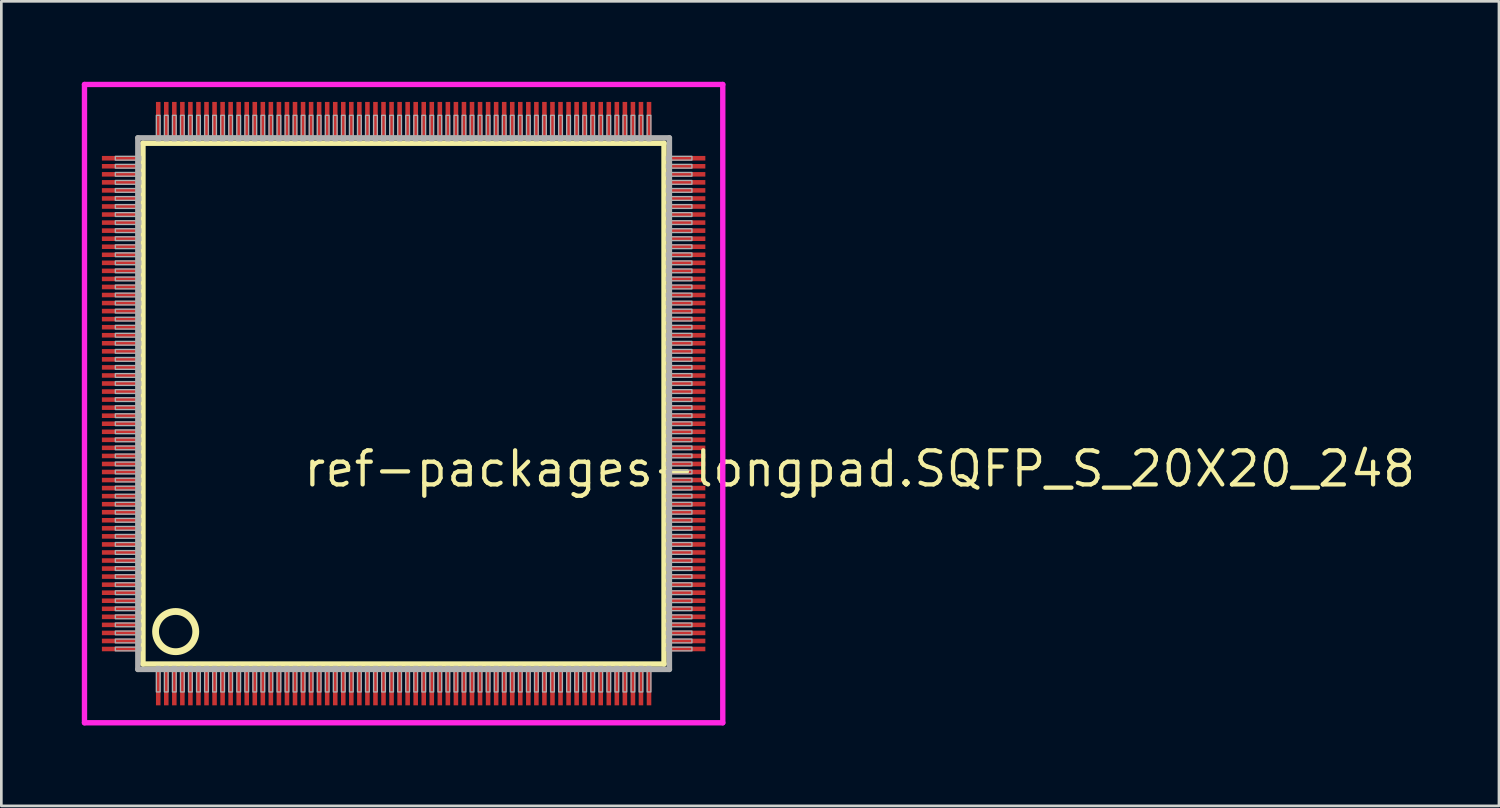
<source format=kicad_pcb>
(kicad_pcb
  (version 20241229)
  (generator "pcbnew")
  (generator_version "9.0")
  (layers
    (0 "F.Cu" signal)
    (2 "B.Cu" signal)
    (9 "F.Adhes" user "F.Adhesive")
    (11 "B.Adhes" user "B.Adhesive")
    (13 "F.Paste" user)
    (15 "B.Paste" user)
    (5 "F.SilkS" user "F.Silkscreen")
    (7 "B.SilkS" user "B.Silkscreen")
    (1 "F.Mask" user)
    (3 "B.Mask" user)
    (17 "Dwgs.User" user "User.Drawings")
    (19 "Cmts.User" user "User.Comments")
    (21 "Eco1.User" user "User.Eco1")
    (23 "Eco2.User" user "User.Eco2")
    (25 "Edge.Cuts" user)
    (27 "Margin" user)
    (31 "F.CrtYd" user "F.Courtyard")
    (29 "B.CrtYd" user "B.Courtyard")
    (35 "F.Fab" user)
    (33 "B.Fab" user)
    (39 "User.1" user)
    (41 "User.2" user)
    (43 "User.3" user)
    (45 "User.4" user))
  (footprint "ref-packages-longpad.SQFP_S_20X20_248"
    (layer "F.Cu")
    (at 12 12)
    (property "Reference" "ref-packages-longpad.SQFP_S_20X20_248" (at -3.81 3.175 0) (layer "F.SilkS") (effects (font (size 1.27 1.27) (thickness 0.16)) (justify left bottom)))
    (attr smd)
    (fp_line (start -9.72 -9.71) (end 9.71 -9.71) (stroke (width 0.203) (type default)) (layer "F.SilkS"))
    (fp_line (start -9.72 9.71) (end -9.72 -9.71) (stroke (width 0.203) (type default)) (layer "F.SilkS"))
    (fp_line (start 9.71 9.71) (end -9.72 9.71) (stroke (width 0.203) (type default)) (layer "F.SilkS"))
    (fp_line (start 9.71 -9.71) (end 9.71 9.71) (stroke (width 0.203) (type default)) (layer "F.SilkS"))
    (fp_circle (center -8.5 8.5) (end -7.75 8.5) (stroke (width 0.254) (type default)) (fill no) (layer "F.SilkS"))
    (fp_line (start -11.9 -11.9) (end 11.9 -11.9) (stroke (width 0.2) (type default)) (layer "F.CrtYd"))
    (fp_line (start -11.9 11.9) (end -11.9 -11.9) (stroke (width 0.2) (type default)) (layer "F.CrtYd"))
    (fp_line (start 11.9 -11.9) (end 11.9 11.9) (stroke (width 0.2) (type default)) (layer "F.CrtYd"))
    (fp_line (start 11.9 11.9) (end -11.9 11.9) (stroke (width 0.2) (type default)) (layer "F.CrtYd"))
    (fp_line (start -9.91 -9.91) (end -9.91 9.91) (stroke (width 0.203) (type default)) (layer "F.Fab"))
    (fp_line (start -9.91 9.91) (end 9.91 9.91) (stroke (width 0.203) (type default)) (layer "F.Fab"))
    (fp_line (start 9.91 -9.91) (end -9.91 -9.91) (stroke (width 0.203) (type default)) (layer "F.Fab"))
    (fp_line (start 9.91 9.91) (end 9.91 -9.91) (stroke (width 0.203) (type default)) (layer "F.Fab"))
    (fp_rect (start -10.75 -9.08) (end -9.8 -9.22) (stroke (width 0.05) (type default)) (fill no) (layer "F.Fab"))
    (fp_rect (start -10.75 -8.78) (end -9.8 -8.92) (stroke (width 0.05) (type default)) (fill no) (layer "F.Fab"))
    (fp_rect (start -10.75 -8.48) (end -9.8 -8.62) (stroke (width 0.05) (type default)) (fill no) (layer "F.Fab"))
    (fp_rect (start -10.75 -8.18) (end -9.8 -8.32) (stroke (width 0.05) (type default)) (fill no) (layer "F.Fab"))
    (fp_rect (start -10.75 -7.88) (end -9.8 -8.02) (stroke (width 0.05) (type default)) (fill no) (layer "F.Fab"))
    (fp_rect (start -10.75 -7.58) (end -9.8 -7.72) (stroke (width 0.05) (type default)) (fill no) (layer "F.Fab"))
    (fp_rect (start -10.75 -7.28) (end -9.8 -7.42) (stroke (width 0.05) (type default)) (fill no) (layer "F.Fab"))
    (fp_rect (start -10.75 -6.98) (end -9.8 -7.12) (stroke (width 0.05) (type default)) (fill no) (layer "F.Fab"))
    (fp_rect (start -10.75 -6.68) (end -9.8 -6.82) (stroke (width 0.05) (type default)) (fill no) (layer "F.Fab"))
    (fp_rect (start -10.75 -6.38) (end -9.8 -6.52) (stroke (width 0.05) (type default)) (fill no) (layer "F.Fab"))
    (fp_rect (start -10.75 -6.08) (end -9.8 -6.22) (stroke (width 0.05) (type default)) (fill no) (layer "F.Fab"))
    (fp_rect (start -10.75 -5.78) (end -9.8 -5.92) (stroke (width 0.05) (type default)) (fill no) (layer "F.Fab"))
    (fp_rect (start -10.75 -5.48) (end -9.8 -5.62) (stroke (width 0.05) (type default)) (fill no) (layer "F.Fab"))
    (fp_rect (start -10.75 -5.18) (end -9.8 -5.32) (stroke (width 0.05) (type default)) (fill no) (layer "F.Fab"))
    (fp_rect (start -10.75 -4.88) (end -9.8 -5.02) (stroke (width 0.05) (type default)) (fill no) (layer "F.Fab"))
    (fp_rect (start -10.75 -4.58) (end -9.8 -4.72) (stroke (width 0.05) (type default)) (fill no) (layer "F.Fab"))
    (fp_rect (start -10.75 -4.28) (end -9.8 -4.42) (stroke (width 0.05) (type default)) (fill no) (layer "F.Fab"))
    (fp_rect (start -10.75 -3.98) (end -9.8 -4.12) (stroke (width 0.05) (type default)) (fill no) (layer "F.Fab"))
    (fp_rect (start -10.75 -3.68) (end -9.8 -3.82) (stroke (width 0.05) (type default)) (fill no) (layer "F.Fab"))
    (fp_rect (start -10.75 -3.38) (end -9.8 -3.52) (stroke (width 0.05) (type default)) (fill no) (layer "F.Fab"))
    (fp_rect (start -10.75 -3.08) (end -9.8 -3.22) (stroke (width 0.05) (type default)) (fill no) (layer "F.Fab"))
    (fp_rect (start -10.75 -2.78) (end -9.8 -2.92) (stroke (width 0.05) (type default)) (fill no) (layer "F.Fab"))
    (fp_rect (start -10.75 -2.48) (end -9.8 -2.62) (stroke (width 0.05) (type default)) (fill no) (layer "F.Fab"))
    (fp_rect (start -10.75 -2.18) (end -9.8 -2.32) (stroke (width 0.05) (type default)) (fill no) (layer "F.Fab"))
    (fp_rect (start -10.75 -1.88) (end -9.8 -2.02) (stroke (width 0.05) (type default)) (fill no) (layer "F.Fab"))
    (fp_rect (start -10.75 -1.58) (end -9.8 -1.72) (stroke (width 0.05) (type default)) (fill no) (layer "F.Fab"))
    (fp_rect (start -10.75 -1.28) (end -9.8 -1.42) (stroke (width 0.05) (type default)) (fill no) (layer "F.Fab"))
    (fp_rect (start -10.75 -0.98) (end -9.8 -1.12) (stroke (width 0.05) (type default)) (fill no) (layer "F.Fab"))
    (fp_rect (start -10.75 -0.68) (end -9.8 -0.82) (stroke (width 0.05) (type default)) (fill no) (layer "F.Fab"))
    (fp_rect (start -10.75 -0.38) (end -9.8 -0.52) (stroke (width 0.05) (type default)) (fill no) (layer "F.Fab"))
    (fp_rect (start -10.75 -0.08) (end -9.8 -0.22) (stroke (width 0.05) (type default)) (fill no) (layer "F.Fab"))
    (fp_rect (start -10.75 0.22) (end -9.8 0.08) (stroke (width 0.05) (type default)) (fill no) (layer "F.Fab"))
    (fp_rect (start -10.75 0.52) (end -9.8 0.38) (stroke (width 0.05) (type default)) (fill no) (layer "F.Fab"))
    (fp_rect (start -10.75 0.82) (end -9.8 0.68) (stroke (width 0.05) (type default)) (fill no) (layer "F.Fab"))
    (fp_rect (start -10.75 1.12) (end -9.8 0.98) (stroke (width 0.05) (type default)) (fill no) (layer "F.Fab"))
    (fp_rect (start -10.75 1.42) (end -9.8 1.28) (stroke (width 0.05) (type default)) (fill no) (layer "F.Fab"))
    (fp_rect (start -10.75 1.72) (end -9.8 1.58) (stroke (width 0.05) (type default)) (fill no) (layer "F.Fab"))
    (fp_rect (start -10.75 2.02) (end -9.8 1.88) (stroke (width 0.05) (type default)) (fill no) (layer "F.Fab"))
    (fp_rect (start -10.75 2.32) (end -9.8 2.18) (stroke (width 0.05) (type default)) (fill no) (layer "F.Fab"))
    (fp_rect (start -10.75 2.62) (end -9.8 2.48) (stroke (width 0.05) (type default)) (fill no) (layer "F.Fab"))
    (fp_rect (start -10.75 2.92) (end -9.8 2.78) (stroke (width 0.05) (type default)) (fill no) (layer "F.Fab"))
    (fp_rect (start -10.75 3.22) (end -9.8 3.08) (stroke (width 0.05) (type default)) (fill no) (layer "F.Fab"))
    (fp_rect (start -10.75 3.52) (end -9.8 3.38) (stroke (width 0.05) (type default)) (fill no) (layer "F.Fab"))
    (fp_rect (start -10.75 3.82) (end -9.8 3.68) (stroke (width 0.05) (type default)) (fill no) (layer "F.Fab"))
    (fp_rect (start -10.75 4.12) (end -9.8 3.98) (stroke (width 0.05) (type default)) (fill no) (layer "F.Fab"))
    (fp_rect (start -10.75 4.42) (end -9.8 4.28) (stroke (width 0.05) (type default)) (fill no) (layer "F.Fab"))
    (fp_rect (start -10.75 4.72) (end -9.8 4.58) (stroke (width 0.05) (type default)) (fill no) (layer "F.Fab"))
    (fp_rect (start -10.75 5.02) (end -9.8 4.88) (stroke (width 0.05) (type default)) (fill no) (layer "F.Fab"))
    (fp_rect (start -10.75 5.32) (end -9.8 5.18) (stroke (width 0.05) (type default)) (fill no) (layer "F.Fab"))
    (fp_rect (start -10.75 5.62) (end -9.8 5.48) (stroke (width 0.05) (type default)) (fill no) (layer "F.Fab"))
    (fp_rect (start -10.75 5.92) (end -9.8 5.78) (stroke (width 0.05) (type default)) (fill no) (layer "F.Fab"))
    (fp_rect (start -10.75 6.22) (end -9.8 6.08) (stroke (width 0.05) (type default)) (fill no) (layer "F.Fab"))
    (fp_rect (start -10.75 6.52) (end -9.8 6.38) (stroke (width 0.05) (type default)) (fill no) (layer "F.Fab"))
    (fp_rect (start -10.75 6.82) (end -9.8 6.68) (stroke (width 0.05) (type default)) (fill no) (layer "F.Fab"))
    (fp_rect (start -10.75 7.12) (end -9.8 6.98) (stroke (width 0.05) (type default)) (fill no) (layer "F.Fab"))
    (fp_rect (start -10.75 7.42) (end -9.8 7.28) (stroke (width 0.05) (type default)) (fill no) (layer "F.Fab"))
    (fp_rect (start -10.75 7.72) (end -9.8 7.58) (stroke (width 0.05) (type default)) (fill no) (layer "F.Fab"))
    (fp_rect (start -10.75 8.02) (end -9.8 7.88) (stroke (width 0.05) (type default)) (fill no) (layer "F.Fab"))
    (fp_rect (start -10.75 8.32) (end -9.8 8.18) (stroke (width 0.05) (type default)) (fill no) (layer "F.Fab"))
    (fp_rect (start -10.75 8.62) (end -9.8 8.48) (stroke (width 0.05) (type default)) (fill no) (layer "F.Fab"))
    (fp_rect (start -10.75 8.92) (end -9.8 8.78) (stroke (width 0.05) (type default)) (fill no) (layer "F.Fab"))
    (fp_rect (start -10.75 9.22) (end -9.8 9.08) (stroke (width 0.05) (type default)) (fill no) (layer "F.Fab"))
    (fp_rect (start -9.22 -9.8) (end -9.08 -10.75) (stroke (width 0.05) (type default)) (fill no) (layer "F.Fab"))
    (fp_rect (start -9.22 10.75) (end -9.08 9.8) (stroke (width 0.05) (type default)) (fill no) (layer "F.Fab"))
    (fp_rect (start -8.92 -9.8) (end -8.78 -10.75) (stroke (width 0.05) (type default)) (fill no) (layer "F.Fab"))
    (fp_rect (start -8.92 10.75) (end -8.78 9.8) (stroke (width 0.05) (type default)) (fill no) (layer "F.Fab"))
    (fp_rect (start -8.62 -9.8) (end -8.48 -10.75) (stroke (width 0.05) (type default)) (fill no) (layer "F.Fab"))
    (fp_rect (start -8.62 10.75) (end -8.48 9.8) (stroke (width 0.05) (type default)) (fill no) (layer "F.Fab"))
    (fp_rect (start -8.32 -9.8) (end -8.18 -10.75) (stroke (width 0.05) (type default)) (fill no) (layer "F.Fab"))
    (fp_rect (start -8.32 10.75) (end -8.18 9.8) (stroke (width 0.05) (type default)) (fill no) (layer "F.Fab"))
    (fp_rect (start -8.02 -9.8) (end -7.88 -10.75) (stroke (width 0.05) (type default)) (fill no) (layer "F.Fab"))
    (fp_rect (start -8.02 10.75) (end -7.88 9.8) (stroke (width 0.05) (type default)) (fill no) (layer "F.Fab"))
    (fp_rect (start -7.72 -9.8) (end -7.58 -10.75) (stroke (width 0.05) (type default)) (fill no) (layer "F.Fab"))
    (fp_rect (start -7.72 10.75) (end -7.58 9.8) (stroke (width 0.05) (type default)) (fill no) (layer "F.Fab"))
    (fp_rect (start -7.42 -9.8) (end -7.28 -10.75) (stroke (width 0.05) (type default)) (fill no) (layer "F.Fab"))
    (fp_rect (start -7.42 10.75) (end -7.28 9.8) (stroke (width 0.05) (type default)) (fill no) (layer "F.Fab"))
    (fp_rect (start -7.12 -9.8) (end -6.98 -10.75) (stroke (width 0.05) (type default)) (fill no) (layer "F.Fab"))
    (fp_rect (start -7.12 10.75) (end -6.98 9.8) (stroke (width 0.05) (type default)) (fill no) (layer "F.Fab"))
    (fp_rect (start -6.82 -9.8) (end -6.68 -10.75) (stroke (width 0.05) (type default)) (fill no) (layer "F.Fab"))
    (fp_rect (start -6.82 10.75) (end -6.68 9.8) (stroke (width 0.05) (type default)) (fill no) (layer "F.Fab"))
    (fp_rect (start -6.52 -9.8) (end -6.38 -10.75) (stroke (width 0.05) (type default)) (fill no) (layer "F.Fab"))
    (fp_rect (start -6.52 10.75) (end -6.38 9.8) (stroke (width 0.05) (type default)) (fill no) (layer "F.Fab"))
    (fp_rect (start -6.22 -9.8) (end -6.08 -10.75) (stroke (width 0.05) (type default)) (fill no) (layer "F.Fab"))
    (fp_rect (start -6.22 10.75) (end -6.08 9.8) (stroke (width 0.05) (type default)) (fill no) (layer "F.Fab"))
    (fp_rect (start -5.92 -9.8) (end -5.78 -10.75) (stroke (width 0.05) (type default)) (fill no) (layer "F.Fab"))
    (fp_rect (start -5.92 10.75) (end -5.78 9.8) (stroke (width 0.05) (type default)) (fill no) (layer "F.Fab"))
    (fp_rect (start -5.62 -9.8) (end -5.48 -10.75) (stroke (width 0.05) (type default)) (fill no) (layer "F.Fab"))
    (fp_rect (start -5.62 10.75) (end -5.48 9.8) (stroke (width 0.05) (type default)) (fill no) (layer "F.Fab"))
    (fp_rect (start -5.32 -9.8) (end -5.18 -10.75) (stroke (width 0.05) (type default)) (fill no) (layer "F.Fab"))
    (fp_rect (start -5.32 10.75) (end -5.18 9.8) (stroke (width 0.05) (type default)) (fill no) (layer "F.Fab"))
    (fp_rect (start -5.02 -9.8) (end -4.88 -10.75) (stroke (width 0.05) (type default)) (fill no) (layer "F.Fab"))
    (fp_rect (start -5.02 10.75) (end -4.88 9.8) (stroke (width 0.05) (type default)) (fill no) (layer "F.Fab"))
    (fp_rect (start -4.72 -9.8) (end -4.58 -10.75) (stroke (width 0.05) (type default)) (fill no) (layer "F.Fab"))
    (fp_rect (start -4.72 10.75) (end -4.58 9.8) (stroke (width 0.05) (type default)) (fill no) (layer "F.Fab"))
    (fp_rect (start -4.42 -9.8) (end -4.28 -10.75) (stroke (width 0.05) (type default)) (fill no) (layer "F.Fab"))
    (fp_rect (start -4.42 10.75) (end -4.28 9.8) (stroke (width 0.05) (type default)) (fill no) (layer "F.Fab"))
    (fp_rect (start -4.12 -9.8) (end -3.98 -10.75) (stroke (width 0.05) (type default)) (fill no) (layer "F.Fab"))
    (fp_rect (start -4.12 10.75) (end -3.98 9.8) (stroke (width 0.05) (type default)) (fill no) (layer "F.Fab"))
    (fp_rect (start -3.82 -9.8) (end -3.68 -10.75) (stroke (width 0.05) (type default)) (fill no) (layer "F.Fab"))
    (fp_rect (start -3.82 10.75) (end -3.68 9.8) (stroke (width 0.05) (type default)) (fill no) (layer "F.Fab"))
    (fp_rect (start -3.52 -9.8) (end -3.38 -10.75) (stroke (width 0.05) (type default)) (fill no) (layer "F.Fab"))
    (fp_rect (start -3.52 10.75) (end -3.38 9.8) (stroke (width 0.05) (type default)) (fill no) (layer "F.Fab"))
    (fp_rect (start -3.22 -9.8) (end -3.08 -10.75) (stroke (width 0.05) (type default)) (fill no) (layer "F.Fab"))
    (fp_rect (start -3.22 10.75) (end -3.08 9.8) (stroke (width 0.05) (type default)) (fill no) (layer "F.Fab"))
    (fp_rect (start -2.92 -9.8) (end -2.78 -10.75) (stroke (width 0.05) (type default)) (fill no) (layer "F.Fab"))
    (fp_rect (start -2.92 10.75) (end -2.78 9.8) (stroke (width 0.05) (type default)) (fill no) (layer "F.Fab"))
    (fp_rect (start -2.62 -9.8) (end -2.48 -10.75) (stroke (width 0.05) (type default)) (fill no) (layer "F.Fab"))
    (fp_rect (start -2.62 10.75) (end -2.48 9.8) (stroke (width 0.05) (type default)) (fill no) (layer "F.Fab"))
    (fp_rect (start -2.32 -9.8) (end -2.18 -10.75) (stroke (width 0.05) (type default)) (fill no) (layer "F.Fab"))
    (fp_rect (start -2.32 10.75) (end -2.18 9.8) (stroke (width 0.05) (type default)) (fill no) (layer "F.Fab"))
    (fp_rect (start -2.02 -9.8) (end -1.88 -10.75) (stroke (width 0.05) (type default)) (fill no) (layer "F.Fab"))
    (fp_rect (start -2.02 10.75) (end -1.88 9.8) (stroke (width 0.05) (type default)) (fill no) (layer "F.Fab"))
    (fp_rect (start -1.72 -9.8) (end -1.58 -10.75) (stroke (width 0.05) (type default)) (fill no) (layer "F.Fab"))
    (fp_rect (start -1.72 10.75) (end -1.58 9.8) (stroke (width 0.05) (type default)) (fill no) (layer "F.Fab"))
    (fp_rect (start -1.42 -9.8) (end -1.28 -10.75) (stroke (width 0.05) (type default)) (fill no) (layer "F.Fab"))
    (fp_rect (start -1.42 10.75) (end -1.28 9.8) (stroke (width 0.05) (type default)) (fill no) (layer "F.Fab"))
    (fp_rect (start -1.12 -9.8) (end -0.98 -10.75) (stroke (width 0.05) (type default)) (fill no) (layer "F.Fab"))
    (fp_rect (start -1.12 10.75) (end -0.98 9.8) (stroke (width 0.05) (type default)) (fill no) (layer "F.Fab"))
    (fp_rect (start -0.82 -9.8) (end -0.68 -10.75) (stroke (width 0.05) (type default)) (fill no) (layer "F.Fab"))
    (fp_rect (start -0.82 10.75) (end -0.68 9.8) (stroke (width 0.05) (type default)) (fill no) (layer "F.Fab"))
    (fp_rect (start -0.52 -9.8) (end -0.38 -10.75) (stroke (width 0.05) (type default)) (fill no) (layer "F.Fab"))
    (fp_rect (start -0.52 10.75) (end -0.38 9.8) (stroke (width 0.05) (type default)) (fill no) (layer "F.Fab"))
    (fp_rect (start -0.22 -9.8) (end -0.08 -10.75) (stroke (width 0.05) (type default)) (fill no) (layer "F.Fab"))
    (fp_rect (start -0.22 10.75) (end -0.08 9.8) (stroke (width 0.05) (type default)) (fill no) (layer "F.Fab"))
    (fp_rect (start 0.08 -9.8) (end 0.22 -10.75) (stroke (width 0.05) (type default)) (fill no) (layer "F.Fab"))
    (fp_rect (start 0.08 10.75) (end 0.22 9.8) (stroke (width 0.05) (type default)) (fill no) (layer "F.Fab"))
    (fp_rect (start 0.38 -9.8) (end 0.52 -10.75) (stroke (width 0.05) (type default)) (fill no) (layer "F.Fab"))
    (fp_rect (start 0.38 10.75) (end 0.52 9.8) (stroke (width 0.05) (type default)) (fill no) (layer "F.Fab"))
    (fp_rect (start 0.68 -9.8) (end 0.82 -10.75) (stroke (width 0.05) (type default)) (fill no) (layer "F.Fab"))
    (fp_rect (start 0.68 10.75) (end 0.82 9.8) (stroke (width 0.05) (type default)) (fill no) (layer "F.Fab"))
    (fp_rect (start 0.98 -9.8) (end 1.12 -10.75) (stroke (width 0.05) (type default)) (fill no) (layer "F.Fab"))
    (fp_rect (start 0.98 10.75) (end 1.12 9.8) (stroke (width 0.05) (type default)) (fill no) (layer "F.Fab"))
    (fp_rect (start 1.28 -9.8) (end 1.42 -10.75) (stroke (width 0.05) (type default)) (fill no) (layer "F.Fab"))
    (fp_rect (start 1.28 10.75) (end 1.42 9.8) (stroke (width 0.05) (type default)) (fill no) (layer "F.Fab"))
    (fp_rect (start 1.58 -9.8) (end 1.72 -10.75) (stroke (width 0.05) (type default)) (fill no) (layer "F.Fab"))
    (fp_rect (start 1.58 10.75) (end 1.72 9.8) (stroke (width 0.05) (type default)) (fill no) (layer "F.Fab"))
    (fp_rect (start 1.88 -9.8) (end 2.02 -10.75) (stroke (width 0.05) (type default)) (fill no) (layer "F.Fab"))
    (fp_rect (start 1.88 10.75) (end 2.02 9.8) (stroke (width 0.05) (type default)) (fill no) (layer "F.Fab"))
    (fp_rect (start 2.18 -9.8) (end 2.32 -10.75) (stroke (width 0.05) (type default)) (fill no) (layer "F.Fab"))
    (fp_rect (start 2.18 10.75) (end 2.32 9.8) (stroke (width 0.05) (type default)) (fill no) (layer "F.Fab"))
    (fp_rect (start 2.48 -9.8) (end 2.62 -10.75) (stroke (width 0.05) (type default)) (fill no) (layer "F.Fab"))
    (fp_rect (start 2.48 10.75) (end 2.62 9.8) (stroke (width 0.05) (type default)) (fill no) (layer "F.Fab"))
    (fp_rect (start 2.78 -9.8) (end 2.92 -10.75) (stroke (width 0.05) (type default)) (fill no) (layer "F.Fab"))
    (fp_rect (start 2.78 10.75) (end 2.92 9.8) (stroke (width 0.05) (type default)) (fill no) (layer "F.Fab"))
    (fp_rect (start 3.08 -9.8) (end 3.22 -10.75) (stroke (width 0.05) (type default)) (fill no) (layer "F.Fab"))
    (fp_rect (start 3.08 10.75) (end 3.22 9.8) (stroke (width 0.05) (type default)) (fill no) (layer "F.Fab"))
    (fp_rect (start 3.38 -9.8) (end 3.52 -10.75) (stroke (width 0.05) (type default)) (fill no) (layer "F.Fab"))
    (fp_rect (start 3.38 10.75) (end 3.52 9.8) (stroke (width 0.05) (type default)) (fill no) (layer "F.Fab"))
    (fp_rect (start 3.68 -9.8) (end 3.82 -10.75) (stroke (width 0.05) (type default)) (fill no) (layer "F.Fab"))
    (fp_rect (start 3.68 10.75) (end 3.82 9.8) (stroke (width 0.05) (type default)) (fill no) (layer "F.Fab"))
    (fp_rect (start 3.98 -9.8) (end 4.12 -10.75) (stroke (width 0.05) (type default)) (fill no) (layer "F.Fab"))
    (fp_rect (start 3.98 10.75) (end 4.12 9.8) (stroke (width 0.05) (type default)) (fill no) (layer "F.Fab"))
    (fp_rect (start 4.28 -9.8) (end 4.42 -10.75) (stroke (width 0.05) (type default)) (fill no) (layer "F.Fab"))
    (fp_rect (start 4.28 10.75) (end 4.42 9.8) (stroke (width 0.05) (type default)) (fill no) (layer "F.Fab"))
    (fp_rect (start 4.58 -9.8) (end 4.72 -10.75) (stroke (width 0.05) (type default)) (fill no) (layer "F.Fab"))
    (fp_rect (start 4.58 10.75) (end 4.72 9.8) (stroke (width 0.05) (type default)) (fill no) (layer "F.Fab"))
    (fp_rect (start 4.88 -9.8) (end 5.02 -10.75) (stroke (width 0.05) (type default)) (fill no) (layer "F.Fab"))
    (fp_rect (start 4.88 10.75) (end 5.02 9.8) (stroke (width 0.05) (type default)) (fill no) (layer "F.Fab"))
    (fp_rect (start 5.18 -9.8) (end 5.32 -10.75) (stroke (width 0.05) (type default)) (fill no) (layer "F.Fab"))
    (fp_rect (start 5.18 10.75) (end 5.32 9.8) (stroke (width 0.05) (type default)) (fill no) (layer "F.Fab"))
    (fp_rect (start 5.48 -9.8) (end 5.62 -10.75) (stroke (width 0.05) (type default)) (fill no) (layer "F.Fab"))
    (fp_rect (start 5.48 10.75) (end 5.62 9.8) (stroke (width 0.05) (type default)) (fill no) (layer "F.Fab"))
    (fp_rect (start 5.78 -9.8) (end 5.92 -10.75) (stroke (width 0.05) (type default)) (fill no) (layer "F.Fab"))
    (fp_rect (start 5.78 10.75) (end 5.92 9.8) (stroke (width 0.05) (type default)) (fill no) (layer "F.Fab"))
    (fp_rect (start 6.08 -9.8) (end 6.22 -10.75) (stroke (width 0.05) (type default)) (fill no) (layer "F.Fab"))
    (fp_rect (start 6.08 10.75) (end 6.22 9.8) (stroke (width 0.05) (type default)) (fill no) (layer "F.Fab"))
    (fp_rect (start 6.38 -9.8) (end 6.52 -10.75) (stroke (width 0.05) (type default)) (fill no) (layer "F.Fab"))
    (fp_rect (start 6.38 10.75) (end 6.52 9.8) (stroke (width 0.05) (type default)) (fill no) (layer "F.Fab"))
    (fp_rect (start 6.68 -9.8) (end 6.82 -10.75) (stroke (width 0.05) (type default)) (fill no) (layer "F.Fab"))
    (fp_rect (start 6.68 10.75) (end 6.82 9.8) (stroke (width 0.05) (type default)) (fill no) (layer "F.Fab"))
    (fp_rect (start 6.98 -9.8) (end 7.12 -10.75) (stroke (width 0.05) (type default)) (fill no) (layer "F.Fab"))
    (fp_rect (start 6.98 10.75) (end 7.12 9.8) (stroke (width 0.05) (type default)) (fill no) (layer "F.Fab"))
    (fp_rect (start 7.28 -9.8) (end 7.42 -10.75) (stroke (width 0.05) (type default)) (fill no) (layer "F.Fab"))
    (fp_rect (start 7.28 10.75) (end 7.42 9.8) (stroke (width 0.05) (type default)) (fill no) (layer "F.Fab"))
    (fp_rect (start 7.58 -9.8) (end 7.72 -10.75) (stroke (width 0.05) (type default)) (fill no) (layer "F.Fab"))
    (fp_rect (start 7.58 10.75) (end 7.72 9.8) (stroke (width 0.05) (type default)) (fill no) (layer "F.Fab"))
    (fp_rect (start 7.88 -9.8) (end 8.02 -10.75) (stroke (width 0.05) (type default)) (fill no) (layer "F.Fab"))
    (fp_rect (start 7.88 10.75) (end 8.02 9.8) (stroke (width 0.05) (type default)) (fill no) (layer "F.Fab"))
    (fp_rect (start 8.18 -9.8) (end 8.32 -10.75) (stroke (width 0.05) (type default)) (fill no) (layer "F.Fab"))
    (fp_rect (start 8.18 10.75) (end 8.32 9.8) (stroke (width 0.05) (type default)) (fill no) (layer "F.Fab"))
    (fp_rect (start 8.48 -9.8) (end 8.62 -10.75) (stroke (width 0.05) (type default)) (fill no) (layer "F.Fab"))
    (fp_rect (start 8.48 10.75) (end 8.62 9.8) (stroke (width 0.05) (type default)) (fill no) (layer "F.Fab"))
    (fp_rect (start 8.78 -9.8) (end 8.92 -10.75) (stroke (width 0.05) (type default)) (fill no) (layer "F.Fab"))
    (fp_rect (start 8.78 10.75) (end 8.92 9.8) (stroke (width 0.05) (type default)) (fill no) (layer "F.Fab"))
    (fp_rect (start 9.08 -9.8) (end 9.22 -10.75) (stroke (width 0.05) (type default)) (fill no) (layer "F.Fab"))
    (fp_rect (start 9.08 10.75) (end 9.22 9.8) (stroke (width 0.05) (type default)) (fill no) (layer "F.Fab"))
    (fp_rect (start 9.8 -9.08) (end 10.75 -9.22) (stroke (width 0.05) (type default)) (fill no) (layer "F.Fab"))
    (fp_rect (start 9.8 -8.78) (end 10.75 -8.92) (stroke (width 0.05) (type default)) (fill no) (layer "F.Fab"))
    (fp_rect (start 9.8 -8.48) (end 10.75 -8.62) (stroke (width 0.05) (type default)) (fill no) (layer "F.Fab"))
    (fp_rect (start 9.8 -8.18) (end 10.75 -8.32) (stroke (width 0.05) (type default)) (fill no) (layer "F.Fab"))
    (fp_rect (start 9.8 -7.88) (end 10.75 -8.02) (stroke (width 0.05) (type default)) (fill no) (layer "F.Fab"))
    (fp_rect (start 9.8 -7.58) (end 10.75 -7.72) (stroke (width 0.05) (type default)) (fill no) (layer "F.Fab"))
    (fp_rect (start 9.8 -7.28) (end 10.75 -7.42) (stroke (width 0.05) (type default)) (fill no) (layer "F.Fab"))
    (fp_rect (start 9.8 -6.98) (end 10.75 -7.12) (stroke (width 0.05) (type default)) (fill no) (layer "F.Fab"))
    (fp_rect (start 9.8 -6.68) (end 10.75 -6.82) (stroke (width 0.05) (type default)) (fill no) (layer "F.Fab"))
    (fp_rect (start 9.8 -6.38) (end 10.75 -6.52) (stroke (width 0.05) (type default)) (fill no) (layer "F.Fab"))
    (fp_rect (start 9.8 -6.08) (end 10.75 -6.22) (stroke (width 0.05) (type default)) (fill no) (layer "F.Fab"))
    (fp_rect (start 9.8 -5.78) (end 10.75 -5.92) (stroke (width 0.05) (type default)) (fill no) (layer "F.Fab"))
    (fp_rect (start 9.8 -5.48) (end 10.75 -5.62) (stroke (width 0.05) (type default)) (fill no) (layer "F.Fab"))
    (fp_rect (start 9.8 -5.18) (end 10.75 -5.32) (stroke (width 0.05) (type default)) (fill no) (layer "F.Fab"))
    (fp_rect (start 9.8 -4.88) (end 10.75 -5.02) (stroke (width 0.05) (type default)) (fill no) (layer "F.Fab"))
    (fp_rect (start 9.8 -4.58) (end 10.75 -4.72) (stroke (width 0.05) (type default)) (fill no) (layer "F.Fab"))
    (fp_rect (start 9.8 -4.28) (end 10.75 -4.42) (stroke (width 0.05) (type default)) (fill no) (layer "F.Fab"))
    (fp_rect (start 9.8 -3.98) (end 10.75 -4.12) (stroke (width 0.05) (type default)) (fill no) (layer "F.Fab"))
    (fp_rect (start 9.8 -3.68) (end 10.75 -3.82) (stroke (width 0.05) (type default)) (fill no) (layer "F.Fab"))
    (fp_rect (start 9.8 -3.38) (end 10.75 -3.52) (stroke (width 0.05) (type default)) (fill no) (layer "F.Fab"))
    (fp_rect (start 9.8 -3.08) (end 10.75 -3.22) (stroke (width 0.05) (type default)) (fill no) (layer "F.Fab"))
    (fp_rect (start 9.8 -2.78) (end 10.75 -2.92) (stroke (width 0.05) (type default)) (fill no) (layer "F.Fab"))
    (fp_rect (start 9.8 -2.48) (end 10.75 -2.62) (stroke (width 0.05) (type default)) (fill no) (layer "F.Fab"))
    (fp_rect (start 9.8 -2.18) (end 10.75 -2.32) (stroke (width 0.05) (type default)) (fill no) (layer "F.Fab"))
    (fp_rect (start 9.8 -1.88) (end 10.75 -2.02) (stroke (width 0.05) (type default)) (fill no) (layer "F.Fab"))
    (fp_rect (start 9.8 -1.58) (end 10.75 -1.72) (stroke (width 0.05) (type default)) (fill no) (layer "F.Fab"))
    (fp_rect (start 9.8 -1.28) (end 10.75 -1.42) (stroke (width 0.05) (type default)) (fill no) (layer "F.Fab"))
    (fp_rect (start 9.8 -0.98) (end 10.75 -1.12) (stroke (width 0.05) (type default)) (fill no) (layer "F.Fab"))
    (fp_rect (start 9.8 -0.68) (end 10.75 -0.82) (stroke (width 0.05) (type default)) (fill no) (layer "F.Fab"))
    (fp_rect (start 9.8 -0.38) (end 10.75 -0.52) (stroke (width 0.05) (type default)) (fill no) (layer "F.Fab"))
    (fp_rect (start 9.8 -0.08) (end 10.75 -0.22) (stroke (width 0.05) (type default)) (fill no) (layer "F.Fab"))
    (fp_rect (start 9.8 0.22) (end 10.75 0.08) (stroke (width 0.05) (type default)) (fill no) (layer "F.Fab"))
    (fp_rect (start 9.8 0.52) (end 10.75 0.38) (stroke (width 0.05) (type default)) (fill no) (layer "F.Fab"))
    (fp_rect (start 9.8 0.82) (end 10.75 0.68) (stroke (width 0.05) (type default)) (fill no) (layer "F.Fab"))
    (fp_rect (start 9.8 1.12) (end 10.75 0.98) (stroke (width 0.05) (type default)) (fill no) (layer "F.Fab"))
    (fp_rect (start 9.8 1.42) (end 10.75 1.28) (stroke (width 0.05) (type default)) (fill no) (layer "F.Fab"))
    (fp_rect (start 9.8 1.72) (end 10.75 1.58) (stroke (width 0.05) (type default)) (fill no) (layer "F.Fab"))
    (fp_rect (start 9.8 2.02) (end 10.75 1.88) (stroke (width 0.05) (type default)) (fill no) (layer "F.Fab"))
    (fp_rect (start 9.8 2.32) (end 10.75 2.18) (stroke (width 0.05) (type default)) (fill no) (layer "F.Fab"))
    (fp_rect (start 9.8 2.62) (end 10.75 2.48) (stroke (width 0.05) (type default)) (fill no) (layer "F.Fab"))
    (fp_rect (start 9.8 2.92) (end 10.75 2.78) (stroke (width 0.05) (type default)) (fill no) (layer "F.Fab"))
    (fp_rect (start 9.8 3.22) (end 10.75 3.08) (stroke (width 0.05) (type default)) (fill no) (layer "F.Fab"))
    (fp_rect (start 9.8 3.52) (end 10.75 3.38) (stroke (width 0.05) (type default)) (fill no) (layer "F.Fab"))
    (fp_rect (start 9.8 3.82) (end 10.75 3.68) (stroke (width 0.05) (type default)) (fill no) (layer "F.Fab"))
    (fp_rect (start 9.8 4.12) (end 10.75 3.98) (stroke (width 0.05) (type default)) (fill no) (layer "F.Fab"))
    (fp_rect (start 9.8 4.42) (end 10.75 4.28) (stroke (width 0.05) (type default)) (fill no) (layer "F.Fab"))
    (fp_rect (start 9.8 4.72) (end 10.75 4.58) (stroke (width 0.05) (type default)) (fill no) (layer "F.Fab"))
    (fp_rect (start 9.8 5.02) (end 10.75 4.88) (stroke (width 0.05) (type default)) (fill no) (layer "F.Fab"))
    (fp_rect (start 9.8 5.32) (end 10.75 5.18) (stroke (width 0.05) (type default)) (fill no) (layer "F.Fab"))
    (fp_rect (start 9.8 5.62) (end 10.75 5.48) (stroke (width 0.05) (type default)) (fill no) (layer "F.Fab"))
    (fp_rect (start 9.8 5.92) (end 10.75 5.78) (stroke (width 0.05) (type default)) (fill no) (layer "F.Fab"))
    (fp_rect (start 9.8 6.22) (end 10.75 6.08) (stroke (width 0.05) (type default)) (fill no) (layer "F.Fab"))
    (fp_rect (start 9.8 6.52) (end 10.75 6.38) (stroke (width 0.05) (type default)) (fill no) (layer "F.Fab"))
    (fp_rect (start 9.8 6.82) (end 10.75 6.68) (stroke (width 0.05) (type default)) (fill no) (layer "F.Fab"))
    (fp_rect (start 9.8 7.12) (end 10.75 6.98) (stroke (width 0.05) (type default)) (fill no) (layer "F.Fab"))
    (fp_rect (start 9.8 7.42) (end 10.75 7.28) (stroke (width 0.05) (type default)) (fill no) (layer "F.Fab"))
    (fp_rect (start 9.8 7.72) (end 10.75 7.58) (stroke (width 0.05) (type default)) (fill no) (layer "F.Fab"))
    (fp_rect (start 9.8 8.02) (end 10.75 7.88) (stroke (width 0.05) (type default)) (fill no) (layer "F.Fab"))
    (fp_rect (start 9.8 8.32) (end 10.75 8.18) (stroke (width 0.05) (type default)) (fill no) (layer "F.Fab"))
    (fp_rect (start 9.8 8.62) (end 10.75 8.48) (stroke (width 0.05) (type default)) (fill no) (layer "F.Fab"))
    (fp_rect (start 9.8 8.92) (end 10.75 8.78) (stroke (width 0.05) (type default)) (fill no) (layer "F.Fab"))
    (fp_rect (start 9.8 9.22) (end 10.75 9.08) (stroke (width 0.05) (type default)) (fill no) (layer "F.Fab"))
    (pad "1" smd roundrect (at -9.15 10.45) (size 0.17 1.6) (layers "F.Cu" "F.Mask" "F.Paste") (roundrect_rratio 0.01))
    (pad "2" smd roundrect (at -8.85 10.45) (size 0.17 1.6) (layers "F.Cu" "F.Mask" "F.Paste") (roundrect_rratio 0.01))
    (pad "3" smd roundrect (at -8.55 10.45) (size 0.17 1.6) (layers "F.Cu" "F.Mask" "F.Paste") (roundrect_rratio 0.01))
    (pad "4" smd roundrect (at -8.25 10.45) (size 0.17 1.6) (layers "F.Cu" "F.Mask" "F.Paste") (roundrect_rratio 0.01))
    (pad "5" smd roundrect (at -7.95 10.45) (size 0.17 1.6) (layers "F.Cu" "F.Mask" "F.Paste") (roundrect_rratio 0.01))
    (pad "6" smd roundrect (at -7.65 10.45) (size 0.17 1.6) (layers "F.Cu" "F.Mask" "F.Paste") (roundrect_rratio 0.01))
    (pad "7" smd roundrect (at -7.35 10.45) (size 0.17 1.6) (layers "F.Cu" "F.Mask" "F.Paste") (roundrect_rratio 0.01))
    (pad "8" smd roundrect (at -7.05 10.45) (size 0.17 1.6) (layers "F.Cu" "F.Mask" "F.Paste") (roundrect_rratio 0.01))
    (pad "9" smd roundrect (at -6.75 10.45) (size 0.17 1.6) (layers "F.Cu" "F.Mask" "F.Paste") (roundrect_rratio 0.01))
    (pad "10" smd roundrect (at -6.45 10.45) (size 0.17 1.6) (layers "F.Cu" "F.Mask" "F.Paste") (roundrect_rratio 0.01))
    (pad "11" smd roundrect (at -6.15 10.45) (size 0.17 1.6) (layers "F.Cu" "F.Mask" "F.Paste") (roundrect_rratio 0.01))
    (pad "12" smd roundrect (at -5.85 10.45) (size 0.17 1.6) (layers "F.Cu" "F.Mask" "F.Paste") (roundrect_rratio 0.01))
    (pad "13" smd roundrect (at -5.55 10.45) (size 0.17 1.6) (layers "F.Cu" "F.Mask" "F.Paste") (roundrect_rratio 0.01))
    (pad "14" smd roundrect (at -5.25 10.45) (size 0.17 1.6) (layers "F.Cu" "F.Mask" "F.Paste") (roundrect_rratio 0.01))
    (pad "15" smd roundrect (at -4.95 10.45) (size 0.17 1.6) (layers "F.Cu" "F.Mask" "F.Paste") (roundrect_rratio 0.01))
    (pad "16" smd roundrect (at -4.65 10.45) (size 0.17 1.6) (layers "F.Cu" "F.Mask" "F.Paste") (roundrect_rratio 0.01))
    (pad "17" smd roundrect (at -4.35 10.45) (size 0.17 1.6) (layers "F.Cu" "F.Mask" "F.Paste") (roundrect_rratio 0.01))
    (pad "18" smd roundrect (at -4.05 10.45) (size 0.17 1.6) (layers "F.Cu" "F.Mask" "F.Paste") (roundrect_rratio 0.01))
    (pad "19" smd roundrect (at -3.75 10.45) (size 0.17 1.6) (layers "F.Cu" "F.Mask" "F.Paste") (roundrect_rratio 0.01))
    (pad "20" smd roundrect (at -3.45 10.45) (size 0.17 1.6) (layers "F.Cu" "F.Mask" "F.Paste") (roundrect_rratio 0.01))
    (pad "21" smd roundrect (at -3.15 10.45) (size 0.17 1.6) (layers "F.Cu" "F.Mask" "F.Paste") (roundrect_rratio 0.01))
    (pad "22" smd roundrect (at -2.85 10.45) (size 0.17 1.6) (layers "F.Cu" "F.Mask" "F.Paste") (roundrect_rratio 0.01))
    (pad "23" smd roundrect (at -2.55 10.45) (size 0.17 1.6) (layers "F.Cu" "F.Mask" "F.Paste") (roundrect_rratio 0.01))
    (pad "24" smd roundrect (at -2.25 10.45) (size 0.17 1.6) (layers "F.Cu" "F.Mask" "F.Paste") (roundrect_rratio 0.01))
    (pad "25" smd roundrect (at -1.95 10.45) (size 0.17 1.6) (layers "F.Cu" "F.Mask" "F.Paste") (roundrect_rratio 0.01))
    (pad "26" smd roundrect (at -1.65 10.45) (size 0.17 1.6) (layers "F.Cu" "F.Mask" "F.Paste") (roundrect_rratio 0.01))
    (pad "27" smd roundrect (at -1.35 10.45) (size 0.17 1.6) (layers "F.Cu" "F.Mask" "F.Paste") (roundrect_rratio 0.01))
    (pad "28" smd roundrect (at -1.05 10.45) (size 0.17 1.6) (layers "F.Cu" "F.Mask" "F.Paste") (roundrect_rratio 0.01))
    (pad "29" smd roundrect (at -0.75 10.45) (size 0.17 1.6) (layers "F.Cu" "F.Mask" "F.Paste") (roundrect_rratio 0.01))
    (pad "30" smd roundrect (at -0.45 10.45) (size 0.17 1.6) (layers "F.Cu" "F.Mask" "F.Paste") (roundrect_rratio 0.01))
    (pad "31" smd roundrect (at -0.15 10.45) (size 0.17 1.6) (layers "F.Cu" "F.Mask" "F.Paste") (roundrect_rratio 0.01))
    (pad "32" smd roundrect (at 0.15 10.45) (size 0.17 1.6) (layers "F.Cu" "F.Mask" "F.Paste") (roundrect_rratio 0.01))
    (pad "33" smd roundrect (at 0.45 10.45) (size 0.17 1.6) (layers "F.Cu" "F.Mask" "F.Paste") (roundrect_rratio 0.01))
    (pad "34" smd roundrect (at 0.75 10.45) (size 0.17 1.6) (layers "F.Cu" "F.Mask" "F.Paste") (roundrect_rratio 0.01))
    (pad "35" smd roundrect (at 1.05 10.45) (size 0.17 1.6) (layers "F.Cu" "F.Mask" "F.Paste") (roundrect_rratio 0.01))
    (pad "36" smd roundrect (at 1.35 10.45) (size 0.17 1.6) (layers "F.Cu" "F.Mask" "F.Paste") (roundrect_rratio 0.01))
    (pad "37" smd roundrect (at 1.65 10.45) (size 0.17 1.6) (layers "F.Cu" "F.Mask" "F.Paste") (roundrect_rratio 0.01))
    (pad "38" smd roundrect (at 1.95 10.45) (size 0.17 1.6) (layers "F.Cu" "F.Mask" "F.Paste") (roundrect_rratio 0.01))
    (pad "39" smd roundrect (at 2.25 10.45) (size 0.17 1.6) (layers "F.Cu" "F.Mask" "F.Paste") (roundrect_rratio 0.01))
    (pad "40" smd roundrect (at 2.55 10.45) (size 0.17 1.6) (layers "F.Cu" "F.Mask" "F.Paste") (roundrect_rratio 0.01))
    (pad "41" smd roundrect (at 2.85 10.45) (size 0.17 1.6) (layers "F.Cu" "F.Mask" "F.Paste") (roundrect_rratio 0.01))
    (pad "42" smd roundrect (at 3.15 10.45) (size 0.17 1.6) (layers "F.Cu" "F.Mask" "F.Paste") (roundrect_rratio 0.01))
    (pad "43" smd roundrect (at 3.45 10.45) (size 0.17 1.6) (layers "F.Cu" "F.Mask" "F.Paste") (roundrect_rratio 0.01))
    (pad "44" smd roundrect (at 3.75 10.45) (size 0.17 1.6) (layers "F.Cu" "F.Mask" "F.Paste") (roundrect_rratio 0.01))
    (pad "45" smd roundrect (at 4.05 10.45) (size 0.17 1.6) (layers "F.Cu" "F.Mask" "F.Paste") (roundrect_rratio 0.01))
    (pad "46" smd roundrect (at 4.35 10.45) (size 0.17 1.6) (layers "F.Cu" "F.Mask" "F.Paste") (roundrect_rratio 0.01))
    (pad "47" smd roundrect (at 4.65 10.45) (size 0.17 1.6) (layers "F.Cu" "F.Mask" "F.Paste") (roundrect_rratio 0.01))
    (pad "48" smd roundrect (at 4.95 10.45) (size 0.17 1.6) (layers "F.Cu" "F.Mask" "F.Paste") (roundrect_rratio 0.01))
    (pad "49" smd roundrect (at 5.25 10.45) (size 0.17 1.6) (layers "F.Cu" "F.Mask" "F.Paste") (roundrect_rratio 0.01))
    (pad "50" smd roundrect (at 5.55 10.45) (size 0.17 1.6) (layers "F.Cu" "F.Mask" "F.Paste") (roundrect_rratio 0.01))
    (pad "51" smd roundrect (at 5.85 10.45) (size 0.17 1.6) (layers "F.Cu" "F.Mask" "F.Paste") (roundrect_rratio 0.01))
    (pad "52" smd roundrect (at 6.15 10.45) (size 0.17 1.6) (layers "F.Cu" "F.Mask" "F.Paste") (roundrect_rratio 0.01))
    (pad "53" smd roundrect (at 6.45 10.45) (size 0.17 1.6) (layers "F.Cu" "F.Mask" "F.Paste") (roundrect_rratio 0.01))
    (pad "54" smd roundrect (at 6.75 10.45) (size 0.17 1.6) (layers "F.Cu" "F.Mask" "F.Paste") (roundrect_rratio 0.01))
    (pad "55" smd roundrect (at 7.05 10.45) (size 0.17 1.6) (layers "F.Cu" "F.Mask" "F.Paste") (roundrect_rratio 0.01))
    (pad "56" smd roundrect (at 7.35 10.45) (size 0.17 1.6) (layers "F.Cu" "F.Mask" "F.Paste") (roundrect_rratio 0.01))
    (pad "57" smd roundrect (at 7.65 10.45) (size 0.17 1.6) (layers "F.Cu" "F.Mask" "F.Paste") (roundrect_rratio 0.01))
    (pad "58" smd roundrect (at 7.95 10.45) (size 0.17 1.6) (layers "F.Cu" "F.Mask" "F.Paste") (roundrect_rratio 0.01))
    (pad "59" smd roundrect (at 8.25 10.45) (size 0.17 1.6) (layers "F.Cu" "F.Mask" "F.Paste") (roundrect_rratio 0.01))
    (pad "60" smd roundrect (at 8.55 10.45) (size 0.17 1.6) (layers "F.Cu" "F.Mask" "F.Paste") (roundrect_rratio 0.01))
    (pad "61" smd roundrect (at 8.85 10.45) (size 0.17 1.6) (layers "F.Cu" "F.Mask" "F.Paste") (roundrect_rratio 0.01))
    (pad "62" smd roundrect (at 9.15 10.45) (size 0.17 1.6) (layers "F.Cu" "F.Mask" "F.Paste") (roundrect_rratio 0.01))
    (pad "63" smd roundrect (at 10.45 9.15) (size 1.6 0.17) (layers "F.Cu" "F.Mask" "F.Paste") (roundrect_rratio 0.01))
    (pad "64" smd roundrect (at 10.45 8.85) (size 1.6 0.17) (layers "F.Cu" "F.Mask" "F.Paste") (roundrect_rratio 0.01))
    (pad "65" smd roundrect (at 10.45 8.55) (size 1.6 0.17) (layers "F.Cu" "F.Mask" "F.Paste") (roundrect_rratio 0.01))
    (pad "66" smd roundrect (at 10.45 8.25) (size 1.6 0.17) (layers "F.Cu" "F.Mask" "F.Paste") (roundrect_rratio 0.01))
    (pad "67" smd roundrect (at 10.45 7.95) (size 1.6 0.17) (layers "F.Cu" "F.Mask" "F.Paste") (roundrect_rratio 0.01))
    (pad "68" smd roundrect (at 10.45 7.65) (size 1.6 0.17) (layers "F.Cu" "F.Mask" "F.Paste") (roundrect_rratio 0.01))
    (pad "69" smd roundrect (at 10.45 7.35) (size 1.6 0.17) (layers "F.Cu" "F.Mask" "F.Paste") (roundrect_rratio 0.01))
    (pad "70" smd roundrect (at 10.45 7.05) (size 1.6 0.17) (layers "F.Cu" "F.Mask" "F.Paste") (roundrect_rratio 0.01))
    (pad "71" smd roundrect (at 10.45 6.75) (size 1.6 0.17) (layers "F.Cu" "F.Mask" "F.Paste") (roundrect_rratio 0.01))
    (pad "72" smd roundrect (at 10.45 6.45) (size 1.6 0.17) (layers "F.Cu" "F.Mask" "F.Paste") (roundrect_rratio 0.01))
    (pad "73" smd roundrect (at 10.45 6.15) (size 1.6 0.17) (layers "F.Cu" "F.Mask" "F.Paste") (roundrect_rratio 0.01))
    (pad "74" smd roundrect (at 10.45 5.85) (size 1.6 0.17) (layers "F.Cu" "F.Mask" "F.Paste") (roundrect_rratio 0.01))
    (pad "75" smd roundrect (at 10.45 5.55) (size 1.6 0.17) (layers "F.Cu" "F.Mask" "F.Paste") (roundrect_rratio 0.01))
    (pad "76" smd roundrect (at 10.45 5.25) (size 1.6 0.17) (layers "F.Cu" "F.Mask" "F.Paste") (roundrect_rratio 0.01))
    (pad "77" smd roundrect (at 10.45 4.95) (size 1.6 0.17) (layers "F.Cu" "F.Mask" "F.Paste") (roundrect_rratio 0.01))
    (pad "78" smd roundrect (at 10.45 4.65) (size 1.6 0.17) (layers "F.Cu" "F.Mask" "F.Paste") (roundrect_rratio 0.01))
    (pad "79" smd roundrect (at 10.45 4.35) (size 1.6 0.17) (layers "F.Cu" "F.Mask" "F.Paste") (roundrect_rratio 0.01))
    (pad "80" smd roundrect (at 10.45 4.05) (size 1.6 0.17) (layers "F.Cu" "F.Mask" "F.Paste") (roundrect_rratio 0.01))
    (pad "81" smd roundrect (at 10.45 3.75) (size 1.6 0.17) (layers "F.Cu" "F.Mask" "F.Paste") (roundrect_rratio 0.01))
    (pad "82" smd roundrect (at 10.45 3.45) (size 1.6 0.17) (layers "F.Cu" "F.Mask" "F.Paste") (roundrect_rratio 0.01))
    (pad "83" smd roundrect (at 10.45 3.15) (size 1.6 0.17) (layers "F.Cu" "F.Mask" "F.Paste") (roundrect_rratio 0.01))
    (pad "84" smd roundrect (at 10.45 2.85) (size 1.6 0.17) (layers "F.Cu" "F.Mask" "F.Paste") (roundrect_rratio 0.01))
    (pad "85" smd roundrect (at 10.45 2.55) (size 1.6 0.17) (layers "F.Cu" "F.Mask" "F.Paste") (roundrect_rratio 0.01))
    (pad "86" smd roundrect (at 10.45 2.25) (size 1.6 0.17) (layers "F.Cu" "F.Mask" "F.Paste") (roundrect_rratio 0.01))
    (pad "87" smd roundrect (at 10.45 1.95) (size 1.6 0.17) (layers "F.Cu" "F.Mask" "F.Paste") (roundrect_rratio 0.01))
    (pad "88" smd roundrect (at 10.45 1.65) (size 1.6 0.17) (layers "F.Cu" "F.Mask" "F.Paste") (roundrect_rratio 0.01))
    (pad "89" smd roundrect (at 10.45 1.35) (size 1.6 0.17) (layers "F.Cu" "F.Mask" "F.Paste") (roundrect_rratio 0.01))
    (pad "90" smd roundrect (at 10.45 1.05) (size 1.6 0.17) (layers "F.Cu" "F.Mask" "F.Paste") (roundrect_rratio 0.01))
    (pad "91" smd roundrect (at 10.45 0.75) (size 1.6 0.17) (layers "F.Cu" "F.Mask" "F.Paste") (roundrect_rratio 0.01))
    (pad "92" smd roundrect (at 10.45 0.45) (size 1.6 0.17) (layers "F.Cu" "F.Mask" "F.Paste") (roundrect_rratio 0.01))
    (pad "93" smd roundrect (at 10.45 0.15) (size 1.6 0.17) (layers "F.Cu" "F.Mask" "F.Paste") (roundrect_rratio 0.01))
    (pad "94" smd roundrect (at 10.45 -0.15) (size 1.6 0.17) (layers "F.Cu" "F.Mask" "F.Paste") (roundrect_rratio 0.01))
    (pad "95" smd roundrect (at 10.45 -0.45) (size 1.6 0.17) (layers "F.Cu" "F.Mask" "F.Paste") (roundrect_rratio 0.01))
    (pad "96" smd roundrect (at 10.45 -0.75) (size 1.6 0.17) (layers "F.Cu" "F.Mask" "F.Paste") (roundrect_rratio 0.01))
    (pad "97" smd roundrect (at 10.45 -1.05) (size 1.6 0.17) (layers "F.Cu" "F.Mask" "F.Paste") (roundrect_rratio 0.01))
    (pad "98" smd roundrect (at 10.45 -1.35) (size 1.6 0.17) (layers "F.Cu" "F.Mask" "F.Paste") (roundrect_rratio 0.01))
    (pad "99" smd roundrect (at 10.45 -1.65) (size 1.6 0.17) (layers "F.Cu" "F.Mask" "F.Paste") (roundrect_rratio 0.01))
    (pad "100" smd roundrect (at 10.45 -1.95) (size 1.6 0.17) (layers "F.Cu" "F.Mask" "F.Paste") (roundrect_rratio 0.01))
    (pad "101" smd roundrect (at 10.45 -2.25) (size 1.6 0.17) (layers "F.Cu" "F.Mask" "F.Paste") (roundrect_rratio 0.01))
    (pad "102" smd roundrect (at 10.45 -2.55) (size 1.6 0.17) (layers "F.Cu" "F.Mask" "F.Paste") (roundrect_rratio 0.01))
    (pad "103" smd roundrect (at 10.45 -2.85) (size 1.6 0.17) (layers "F.Cu" "F.Mask" "F.Paste") (roundrect_rratio 0.01))
    (pad "104" smd roundrect (at 10.45 -3.15) (size 1.6 0.17) (layers "F.Cu" "F.Mask" "F.Paste") (roundrect_rratio 0.01))
    (pad "105" smd roundrect (at 10.45 -3.45) (size 1.6 0.17) (layers "F.Cu" "F.Mask" "F.Paste") (roundrect_rratio 0.01))
    (pad "106" smd roundrect (at 10.45 -3.75) (size 1.6 0.17) (layers "F.Cu" "F.Mask" "F.Paste") (roundrect_rratio 0.01))
    (pad "107" smd roundrect (at 10.45 -4.05) (size 1.6 0.17) (layers "F.Cu" "F.Mask" "F.Paste") (roundrect_rratio 0.01))
    (pad "108" smd roundrect (at 10.45 -4.35) (size 1.6 0.17) (layers "F.Cu" "F.Mask" "F.Paste") (roundrect_rratio 0.01))
    (pad "109" smd roundrect (at 10.45 -4.65) (size 1.6 0.17) (layers "F.Cu" "F.Mask" "F.Paste") (roundrect_rratio 0.01))
    (pad "110" smd roundrect (at 10.45 -4.95) (size 1.6 0.17) (layers "F.Cu" "F.Mask" "F.Paste") (roundrect_rratio 0.01))
    (pad "111" smd roundrect (at 10.45 -5.25) (size 1.6 0.17) (layers "F.Cu" "F.Mask" "F.Paste") (roundrect_rratio 0.01))
    (pad "112" smd roundrect (at 10.45 -5.55) (size 1.6 0.17) (layers "F.Cu" "F.Mask" "F.Paste") (roundrect_rratio 0.01))
    (pad "113" smd roundrect (at 10.45 -5.85) (size 1.6 0.17) (layers "F.Cu" "F.Mask" "F.Paste") (roundrect_rratio 0.01))
    (pad "114" smd roundrect (at 10.45 -6.15) (size 1.6 0.17) (layers "F.Cu" "F.Mask" "F.Paste") (roundrect_rratio 0.01))
    (pad "115" smd roundrect (at 10.45 -6.45) (size 1.6 0.17) (layers "F.Cu" "F.Mask" "F.Paste") (roundrect_rratio 0.01))
    (pad "116" smd roundrect (at 10.45 -6.75) (size 1.6 0.17) (layers "F.Cu" "F.Mask" "F.Paste") (roundrect_rratio 0.01))
    (pad "117" smd roundrect (at 10.45 -7.05) (size 1.6 0.17) (layers "F.Cu" "F.Mask" "F.Paste") (roundrect_rratio 0.01))
    (pad "118" smd roundrect (at 10.45 -7.35) (size 1.6 0.17) (layers "F.Cu" "F.Mask" "F.Paste") (roundrect_rratio 0.01))
    (pad "119" smd roundrect (at 10.45 -7.65) (size 1.6 0.17) (layers "F.Cu" "F.Mask" "F.Paste") (roundrect_rratio 0.01))
    (pad "120" smd roundrect (at 10.45 -7.95) (size 1.6 0.17) (layers "F.Cu" "F.Mask" "F.Paste") (roundrect_rratio 0.01))
    (pad "121" smd roundrect (at 10.45 -8.25) (size 1.6 0.17) (layers "F.Cu" "F.Mask" "F.Paste") (roundrect_rratio 0.01))
    (pad "122" smd roundrect (at 10.45 -8.55) (size 1.6 0.17) (layers "F.Cu" "F.Mask" "F.Paste") (roundrect_rratio 0.01))
    (pad "123" smd roundrect (at 10.45 -8.85) (size 1.6 0.17) (layers "F.Cu" "F.Mask" "F.Paste") (roundrect_rratio 0.01))
    (pad "124" smd roundrect (at 10.45 -9.15) (size 1.6 0.17) (layers "F.Cu" "F.Mask" "F.Paste") (roundrect_rratio 0.01))
    (pad "125" smd roundrect (at 9.15 -10.45) (size 0.17 1.6) (layers "F.Cu" "F.Mask" "F.Paste") (roundrect_rratio 0.01))
    (pad "126" smd roundrect (at 8.85 -10.45) (size 0.17 1.6) (layers "F.Cu" "F.Mask" "F.Paste") (roundrect_rratio 0.01))
    (pad "127" smd roundrect (at 8.55 -10.45) (size 0.17 1.6) (layers "F.Cu" "F.Mask" "F.Paste") (roundrect_rratio 0.01))
    (pad "128" smd roundrect (at 8.25 -10.45) (size 0.17 1.6) (layers "F.Cu" "F.Mask" "F.Paste") (roundrect_rratio 0.01))
    (pad "129" smd roundrect (at 7.95 -10.45) (size 0.17 1.6) (layers "F.Cu" "F.Mask" "F.Paste") (roundrect_rratio 0.01))
    (pad "130" smd roundrect (at 7.65 -10.45) (size 0.17 1.6) (layers "F.Cu" "F.Mask" "F.Paste") (roundrect_rratio 0.01))
    (pad "131" smd roundrect (at 7.35 -10.45) (size 0.17 1.6) (layers "F.Cu" "F.Mask" "F.Paste") (roundrect_rratio 0.01))
    (pad "132" smd roundrect (at 7.05 -10.45) (size 0.17 1.6) (layers "F.Cu" "F.Mask" "F.Paste") (roundrect_rratio 0.01))
    (pad "133" smd roundrect (at 6.75 -10.45) (size 0.17 1.6) (layers "F.Cu" "F.Mask" "F.Paste") (roundrect_rratio 0.01))
    (pad "134" smd roundrect (at 6.45 -10.45) (size 0.17 1.6) (layers "F.Cu" "F.Mask" "F.Paste") (roundrect_rratio 0.01))
    (pad "135" smd roundrect (at 6.15 -10.45) (size 0.17 1.6) (layers "F.Cu" "F.Mask" "F.Paste") (roundrect_rratio 0.01))
    (pad "136" smd roundrect (at 5.85 -10.45) (size 0.17 1.6) (layers "F.Cu" "F.Mask" "F.Paste") (roundrect_rratio 0.01))
    (pad "137" smd roundrect (at 5.55 -10.45) (size 0.17 1.6) (layers "F.Cu" "F.Mask" "F.Paste") (roundrect_rratio 0.01))
    (pad "138" smd roundrect (at 5.25 -10.45) (size 0.17 1.6) (layers "F.Cu" "F.Mask" "F.Paste") (roundrect_rratio 0.01))
    (pad "139" smd roundrect (at 4.95 -10.45) (size 0.17 1.6) (layers "F.Cu" "F.Mask" "F.Paste") (roundrect_rratio 0.01))
    (pad "140" smd roundrect (at 4.65 -10.45) (size 0.17 1.6) (layers "F.Cu" "F.Mask" "F.Paste") (roundrect_rratio 0.01))
    (pad "141" smd roundrect (at 4.35 -10.45) (size 0.17 1.6) (layers "F.Cu" "F.Mask" "F.Paste") (roundrect_rratio 0.01))
    (pad "142" smd roundrect (at 4.05 -10.45) (size 0.17 1.6) (layers "F.Cu" "F.Mask" "F.Paste") (roundrect_rratio 0.01))
    (pad "143" smd roundrect (at 3.75 -10.45) (size 0.17 1.6) (layers "F.Cu" "F.Mask" "F.Paste") (roundrect_rratio 0.01))
    (pad "144" smd roundrect (at 3.45 -10.45) (size 0.17 1.6) (layers "F.Cu" "F.Mask" "F.Paste") (roundrect_rratio 0.01))
    (pad "145" smd roundrect (at 3.15 -10.45) (size 0.17 1.6) (layers "F.Cu" "F.Mask" "F.Paste") (roundrect_rratio 0.01))
    (pad "146" smd roundrect (at 2.85 -10.45) (size 0.17 1.6) (layers "F.Cu" "F.Mask" "F.Paste") (roundrect_rratio 0.01))
    (pad "147" smd roundrect (at 2.55 -10.45) (size 0.17 1.6) (layers "F.Cu" "F.Mask" "F.Paste") (roundrect_rratio 0.01))
    (pad "148" smd roundrect (at 2.25 -10.45) (size 0.17 1.6) (layers "F.Cu" "F.Mask" "F.Paste") (roundrect_rratio 0.01))
    (pad "149" smd roundrect (at 1.95 -10.45) (size 0.17 1.6) (layers "F.Cu" "F.Mask" "F.Paste") (roundrect_rratio 0.01))
    (pad "150" smd roundrect (at 1.65 -10.45) (size 0.17 1.6) (layers "F.Cu" "F.Mask" "F.Paste") (roundrect_rratio 0.01))
    (pad "151" smd roundrect (at 1.35 -10.45) (size 0.17 1.6) (layers "F.Cu" "F.Mask" "F.Paste") (roundrect_rratio 0.01))
    (pad "152" smd roundrect (at 1.05 -10.45) (size 0.17 1.6) (layers "F.Cu" "F.Mask" "F.Paste") (roundrect_rratio 0.01))
    (pad "153" smd roundrect (at 0.75 -10.45) (size 0.17 1.6) (layers "F.Cu" "F.Mask" "F.Paste") (roundrect_rratio 0.01))
    (pad "154" smd roundrect (at 0.45 -10.45) (size 0.17 1.6) (layers "F.Cu" "F.Mask" "F.Paste") (roundrect_rratio 0.01))
    (pad "155" smd roundrect (at 0.15 -10.45) (size 0.17 1.6) (layers "F.Cu" "F.Mask" "F.Paste") (roundrect_rratio 0.01))
    (pad "156" smd roundrect (at -0.15 -10.45) (size 0.17 1.6) (layers "F.Cu" "F.Mask" "F.Paste") (roundrect_rratio 0.01))
    (pad "157" smd roundrect (at -0.45 -10.45) (size 0.17 1.6) (layers "F.Cu" "F.Mask" "F.Paste") (roundrect_rratio 0.01))
    (pad "158" smd roundrect (at -0.75 -10.45) (size 0.17 1.6) (layers "F.Cu" "F.Mask" "F.Paste") (roundrect_rratio 0.01))
    (pad "159" smd roundrect (at -1.05 -10.45) (size 0.17 1.6) (layers "F.Cu" "F.Mask" "F.Paste") (roundrect_rratio 0.01))
    (pad "160" smd roundrect (at -1.35 -10.45) (size 0.17 1.6) (layers "F.Cu" "F.Mask" "F.Paste") (roundrect_rratio 0.01))
    (pad "161" smd roundrect (at -1.65 -10.45) (size 0.17 1.6) (layers "F.Cu" "F.Mask" "F.Paste") (roundrect_rratio 0.01))
    (pad "162" smd roundrect (at -1.95 -10.45) (size 0.17 1.6) (layers "F.Cu" "F.Mask" "F.Paste") (roundrect_rratio 0.01))
    (pad "163" smd roundrect (at -2.25 -10.45) (size 0.17 1.6) (layers "F.Cu" "F.Mask" "F.Paste") (roundrect_rratio 0.01))
    (pad "164" smd roundrect (at -2.55 -10.45) (size 0.17 1.6) (layers "F.Cu" "F.Mask" "F.Paste") (roundrect_rratio 0.01))
    (pad "165" smd roundrect (at -2.85 -10.45) (size 0.17 1.6) (layers "F.Cu" "F.Mask" "F.Paste") (roundrect_rratio 0.01))
    (pad "166" smd roundrect (at -3.15 -10.45) (size 0.17 1.6) (layers "F.Cu" "F.Mask" "F.Paste") (roundrect_rratio 0.01))
    (pad "167" smd roundrect (at -3.45 -10.45) (size 0.17 1.6) (layers "F.Cu" "F.Mask" "F.Paste") (roundrect_rratio 0.01))
    (pad "168" smd roundrect (at -3.75 -10.45) (size 0.17 1.6) (layers "F.Cu" "F.Mask" "F.Paste") (roundrect_rratio 0.01))
    (pad "169" smd roundrect (at -4.05 -10.45) (size 0.17 1.6) (layers "F.Cu" "F.Mask" "F.Paste") (roundrect_rratio 0.01))
    (pad "170" smd roundrect (at -4.35 -10.45) (size 0.17 1.6) (layers "F.Cu" "F.Mask" "F.Paste") (roundrect_rratio 0.01))
    (pad "171" smd roundrect (at -4.65 -10.45) (size 0.17 1.6) (layers "F.Cu" "F.Mask" "F.Paste") (roundrect_rratio 0.01))
    (pad "172" smd roundrect (at -4.95 -10.45) (size 0.17 1.6) (layers "F.Cu" "F.Mask" "F.Paste") (roundrect_rratio 0.01))
    (pad "173" smd roundrect (at -5.25 -10.45) (size 0.17 1.6) (layers "F.Cu" "F.Mask" "F.Paste") (roundrect_rratio 0.01))
    (pad "174" smd roundrect (at -5.55 -10.45) (size 0.17 1.6) (layers "F.Cu" "F.Mask" "F.Paste") (roundrect_rratio 0.01))
    (pad "175" smd roundrect (at -5.85 -10.45) (size 0.17 1.6) (layers "F.Cu" "F.Mask" "F.Paste") (roundrect_rratio 0.01))
    (pad "176" smd roundrect (at -6.15 -10.45) (size 0.17 1.6) (layers "F.Cu" "F.Mask" "F.Paste") (roundrect_rratio 0.01))
    (pad "177" smd roundrect (at -6.45 -10.45) (size 0.17 1.6) (layers "F.Cu" "F.Mask" "F.Paste") (roundrect_rratio 0.01))
    (pad "178" smd roundrect (at -6.75 -10.45) (size 0.17 1.6) (layers "F.Cu" "F.Mask" "F.Paste") (roundrect_rratio 0.01))
    (pad "179" smd roundrect (at -7.05 -10.45) (size 0.17 1.6) (layers "F.Cu" "F.Mask" "F.Paste") (roundrect_rratio 0.01))
    (pad "180" smd roundrect (at -7.35 -10.45) (size 0.17 1.6) (layers "F.Cu" "F.Mask" "F.Paste") (roundrect_rratio 0.01))
    (pad "181" smd roundrect (at -7.65 -10.45) (size 0.17 1.6) (layers "F.Cu" "F.Mask" "F.Paste") (roundrect_rratio 0.01))
    (pad "182" smd roundrect (at -7.95 -10.45) (size 0.17 1.6) (layers "F.Cu" "F.Mask" "F.Paste") (roundrect_rratio 0.01))
    (pad "183" smd roundrect (at -8.25 -10.45) (size 0.17 1.6) (layers "F.Cu" "F.Mask" "F.Paste") (roundrect_rratio 0.01))
    (pad "184" smd roundrect (at -8.55 -10.45) (size 0.17 1.6) (layers "F.Cu" "F.Mask" "F.Paste") (roundrect_rratio 0.01))
    (pad "185" smd roundrect (at -8.85 -10.45) (size 0.17 1.6) (layers "F.Cu" "F.Mask" "F.Paste") (roundrect_rratio 0.01))
    (pad "186" smd roundrect (at -9.15 -10.45) (size 0.17 1.6) (layers "F.Cu" "F.Mask" "F.Paste") (roundrect_rratio 0.01))
    (pad "187" smd roundrect (at -10.45 -9.15) (size 1.6 0.17) (layers "F.Cu" "F.Mask" "F.Paste") (roundrect_rratio 0.01))
    (pad "188" smd roundrect (at -10.45 -8.85) (size 1.6 0.17) (layers "F.Cu" "F.Mask" "F.Paste") (roundrect_rratio 0.01))
    (pad "189" smd roundrect (at -10.45 -8.55) (size 1.6 0.17) (layers "F.Cu" "F.Mask" "F.Paste") (roundrect_rratio 0.01))
    (pad "190" smd roundrect (at -10.45 -8.25) (size 1.6 0.17) (layers "F.Cu" "F.Mask" "F.Paste") (roundrect_rratio 0.01))
    (pad "191" smd roundrect (at -10.45 -7.95) (size 1.6 0.17) (layers "F.Cu" "F.Mask" "F.Paste") (roundrect_rratio 0.01))
    (pad "192" smd roundrect (at -10.45 -7.65) (size 1.6 0.17) (layers "F.Cu" "F.Mask" "F.Paste") (roundrect_rratio 0.01))
    (pad "193" smd roundrect (at -10.45 -7.35) (size 1.6 0.17) (layers "F.Cu" "F.Mask" "F.Paste") (roundrect_rratio 0.01))
    (pad "194" smd roundrect (at -10.45 -7.05) (size 1.6 0.17) (layers "F.Cu" "F.Mask" "F.Paste") (roundrect_rratio 0.01))
    (pad "195" smd roundrect (at -10.45 -6.75) (size 1.6 0.17) (layers "F.Cu" "F.Mask" "F.Paste") (roundrect_rratio 0.01))
    (pad "196" smd roundrect (at -10.45 -6.45) (size 1.6 0.17) (layers "F.Cu" "F.Mask" "F.Paste") (roundrect_rratio 0.01))
    (pad "197" smd roundrect (at -10.45 -6.15) (size 1.6 0.17) (layers "F.Cu" "F.Mask" "F.Paste") (roundrect_rratio 0.01))
    (pad "198" smd roundrect (at -10.45 -5.85) (size 1.6 0.17) (layers "F.Cu" "F.Mask" "F.Paste") (roundrect_rratio 0.01))
    (pad "199" smd roundrect (at -10.45 -5.55) (size 1.6 0.17) (layers "F.Cu" "F.Mask" "F.Paste") (roundrect_rratio 0.01))
    (pad "200" smd roundrect (at -10.45 -5.25) (size 1.6 0.17) (layers "F.Cu" "F.Mask" "F.Paste") (roundrect_rratio 0.01))
    (pad "201" smd roundrect (at -10.45 -4.95) (size 1.6 0.17) (layers "F.Cu" "F.Mask" "F.Paste") (roundrect_rratio 0.01))
    (pad "202" smd roundrect (at -10.45 -4.65) (size 1.6 0.17) (layers "F.Cu" "F.Mask" "F.Paste") (roundrect_rratio 0.01))
    (pad "203" smd roundrect (at -10.45 -4.35) (size 1.6 0.17) (layers "F.Cu" "F.Mask" "F.Paste") (roundrect_rratio 0.01))
    (pad "204" smd roundrect (at -10.45 -4.05) (size 1.6 0.17) (layers "F.Cu" "F.Mask" "F.Paste") (roundrect_rratio 0.01))
    (pad "205" smd roundrect (at -10.45 -3.75) (size 1.6 0.17) (layers "F.Cu" "F.Mask" "F.Paste") (roundrect_rratio 0.01))
    (pad "206" smd roundrect (at -10.45 -3.45) (size 1.6 0.17) (layers "F.Cu" "F.Mask" "F.Paste") (roundrect_rratio 0.01))
    (pad "207" smd roundrect (at -10.45 -3.15) (size 1.6 0.17) (layers "F.Cu" "F.Mask" "F.Paste") (roundrect_rratio 0.01))
    (pad "208" smd roundrect (at -10.45 -2.85) (size 1.6 0.17) (layers "F.Cu" "F.Mask" "F.Paste") (roundrect_rratio 0.01))
    (pad "209" smd roundrect (at -10.45 -2.55) (size 1.6 0.17) (layers "F.Cu" "F.Mask" "F.Paste") (roundrect_rratio 0.01))
    (pad "210" smd roundrect (at -10.45 -2.25) (size 1.6 0.17) (layers "F.Cu" "F.Mask" "F.Paste") (roundrect_rratio 0.01))
    (pad "211" smd roundrect (at -10.45 -1.95) (size 1.6 0.17) (layers "F.Cu" "F.Mask" "F.Paste") (roundrect_rratio 0.01))
    (pad "212" smd roundrect (at -10.45 -1.65) (size 1.6 0.17) (layers "F.Cu" "F.Mask" "F.Paste") (roundrect_rratio 0.01))
    (pad "213" smd roundrect (at -10.45 -1.35) (size 1.6 0.17) (layers "F.Cu" "F.Mask" "F.Paste") (roundrect_rratio 0.01))
    (pad "214" smd roundrect (at -10.45 -1.05) (size 1.6 0.17) (layers "F.Cu" "F.Mask" "F.Paste") (roundrect_rratio 0.01))
    (pad "215" smd roundrect (at -10.45 -0.75) (size 1.6 0.17) (layers "F.Cu" "F.Mask" "F.Paste") (roundrect_rratio 0.01))
    (pad "216" smd roundrect (at -10.45 -0.45) (size 1.6 0.17) (layers "F.Cu" "F.Mask" "F.Paste") (roundrect_rratio 0.01))
    (pad "217" smd roundrect (at -10.45 -0.15) (size 1.6 0.17) (layers "F.Cu" "F.Mask" "F.Paste") (roundrect_rratio 0.01))
    (pad "218" smd roundrect (at -10.45 0.15) (size 1.6 0.17) (layers "F.Cu" "F.Mask" "F.Paste") (roundrect_rratio 0.01))
    (pad "219" smd roundrect (at -10.45 0.45) (size 1.6 0.17) (layers "F.Cu" "F.Mask" "F.Paste") (roundrect_rratio 0.01))
    (pad "220" smd roundrect (at -10.45 0.75) (size 1.6 0.17) (layers "F.Cu" "F.Mask" "F.Paste") (roundrect_rratio 0.01))
    (pad "221" smd roundrect (at -10.45 1.05) (size 1.6 0.17) (layers "F.Cu" "F.Mask" "F.Paste") (roundrect_rratio 0.01))
    (pad "222" smd roundrect (at -10.45 1.35) (size 1.6 0.17) (layers "F.Cu" "F.Mask" "F.Paste") (roundrect_rratio 0.01))
    (pad "223" smd roundrect (at -10.45 1.65) (size 1.6 0.17) (layers "F.Cu" "F.Mask" "F.Paste") (roundrect_rratio 0.01))
    (pad "224" smd roundrect (at -10.45 1.95) (size 1.6 0.17) (layers "F.Cu" "F.Mask" "F.Paste") (roundrect_rratio 0.01))
    (pad "225" smd roundrect (at -10.45 2.25) (size 1.6 0.17) (layers "F.Cu" "F.Mask" "F.Paste") (roundrect_rratio 0.01))
    (pad "226" smd roundrect (at -10.45 2.55) (size 1.6 0.17) (layers "F.Cu" "F.Mask" "F.Paste") (roundrect_rratio 0.01))
    (pad "227" smd roundrect (at -10.45 2.85) (size 1.6 0.17) (layers "F.Cu" "F.Mask" "F.Paste") (roundrect_rratio 0.01))
    (pad "228" smd roundrect (at -10.45 3.15) (size 1.6 0.17) (layers "F.Cu" "F.Mask" "F.Paste") (roundrect_rratio 0.01))
    (pad "229" smd roundrect (at -10.45 3.45) (size 1.6 0.17) (layers "F.Cu" "F.Mask" "F.Paste") (roundrect_rratio 0.01))
    (pad "230" smd roundrect (at -10.45 3.75) (size 1.6 0.17) (layers "F.Cu" "F.Mask" "F.Paste") (roundrect_rratio 0.01))
    (pad "231" smd roundrect (at -10.45 4.05) (size 1.6 0.17) (layers "F.Cu" "F.Mask" "F.Paste") (roundrect_rratio 0.01))
    (pad "232" smd roundrect (at -10.45 4.35) (size 1.6 0.17) (layers "F.Cu" "F.Mask" "F.Paste") (roundrect_rratio 0.01))
    (pad "233" smd roundrect (at -10.45 4.65) (size 1.6 0.17) (layers "F.Cu" "F.Mask" "F.Paste") (roundrect_rratio 0.01))
    (pad "234" smd roundrect (at -10.45 4.95) (size 1.6 0.17) (layers "F.Cu" "F.Mask" "F.Paste") (roundrect_rratio 0.01))
    (pad "235" smd roundrect (at -10.45 5.25) (size 1.6 0.17) (layers "F.Cu" "F.Mask" "F.Paste") (roundrect_rratio 0.01))
    (pad "236" smd roundrect (at -10.45 5.55) (size 1.6 0.17) (layers "F.Cu" "F.Mask" "F.Paste") (roundrect_rratio 0.01))
    (pad "237" smd roundrect (at -10.45 5.85) (size 1.6 0.17) (layers "F.Cu" "F.Mask" "F.Paste") (roundrect_rratio 0.01))
    (pad "238" smd roundrect (at -10.45 6.15) (size 1.6 0.17) (layers "F.Cu" "F.Mask" "F.Paste") (roundrect_rratio 0.01))
    (pad "239" smd roundrect (at -10.45 6.45) (size 1.6 0.17) (layers "F.Cu" "F.Mask" "F.Paste") (roundrect_rratio 0.01))
    (pad "240" smd roundrect (at -10.45 6.75) (size 1.6 0.17) (layers "F.Cu" "F.Mask" "F.Paste") (roundrect_rratio 0.01))
    (pad "241" smd roundrect (at -10.45 7.05) (size 1.6 0.17) (layers "F.Cu" "F.Mask" "F.Paste") (roundrect_rratio 0.01))
    (pad "242" smd roundrect (at -10.45 7.35) (size 1.6 0.17) (layers "F.Cu" "F.Mask" "F.Paste") (roundrect_rratio 0.01))
    (pad "243" smd roundrect (at -10.45 7.65) (size 1.6 0.17) (layers "F.Cu" "F.Mask" "F.Paste") (roundrect_rratio 0.01))
    (pad "244" smd roundrect (at -10.45 7.95) (size 1.6 0.17) (layers "F.Cu" "F.Mask" "F.Paste") (roundrect_rratio 0.01))
    (pad "245" smd roundrect (at -10.45 8.25) (size 1.6 0.17) (layers "F.Cu" "F.Mask" "F.Paste") (roundrect_rratio 0.01))
    (pad "246" smd roundrect (at -10.45 8.55) (size 1.6 0.17) (layers "F.Cu" "F.Mask" "F.Paste") (roundrect_rratio 0.01))
    (pad "247" smd roundrect (at -10.45 8.85) (size 1.6 0.17) (layers "F.Cu" "F.Mask" "F.Paste") (roundrect_rratio 0.01))
    (pad "248" smd roundrect (at -10.45 9.15) (size 1.6 0.17) (layers "F.Cu" "F.Mask" "F.Paste") (roundrect_rratio 0.01)))
  (gr_rect
    (start -3 -3)
    (end 52.842 27)
    (stroke (width 0.1) (type default))
    (fill no)
    (layer "Edge.Cuts")))
</source>
